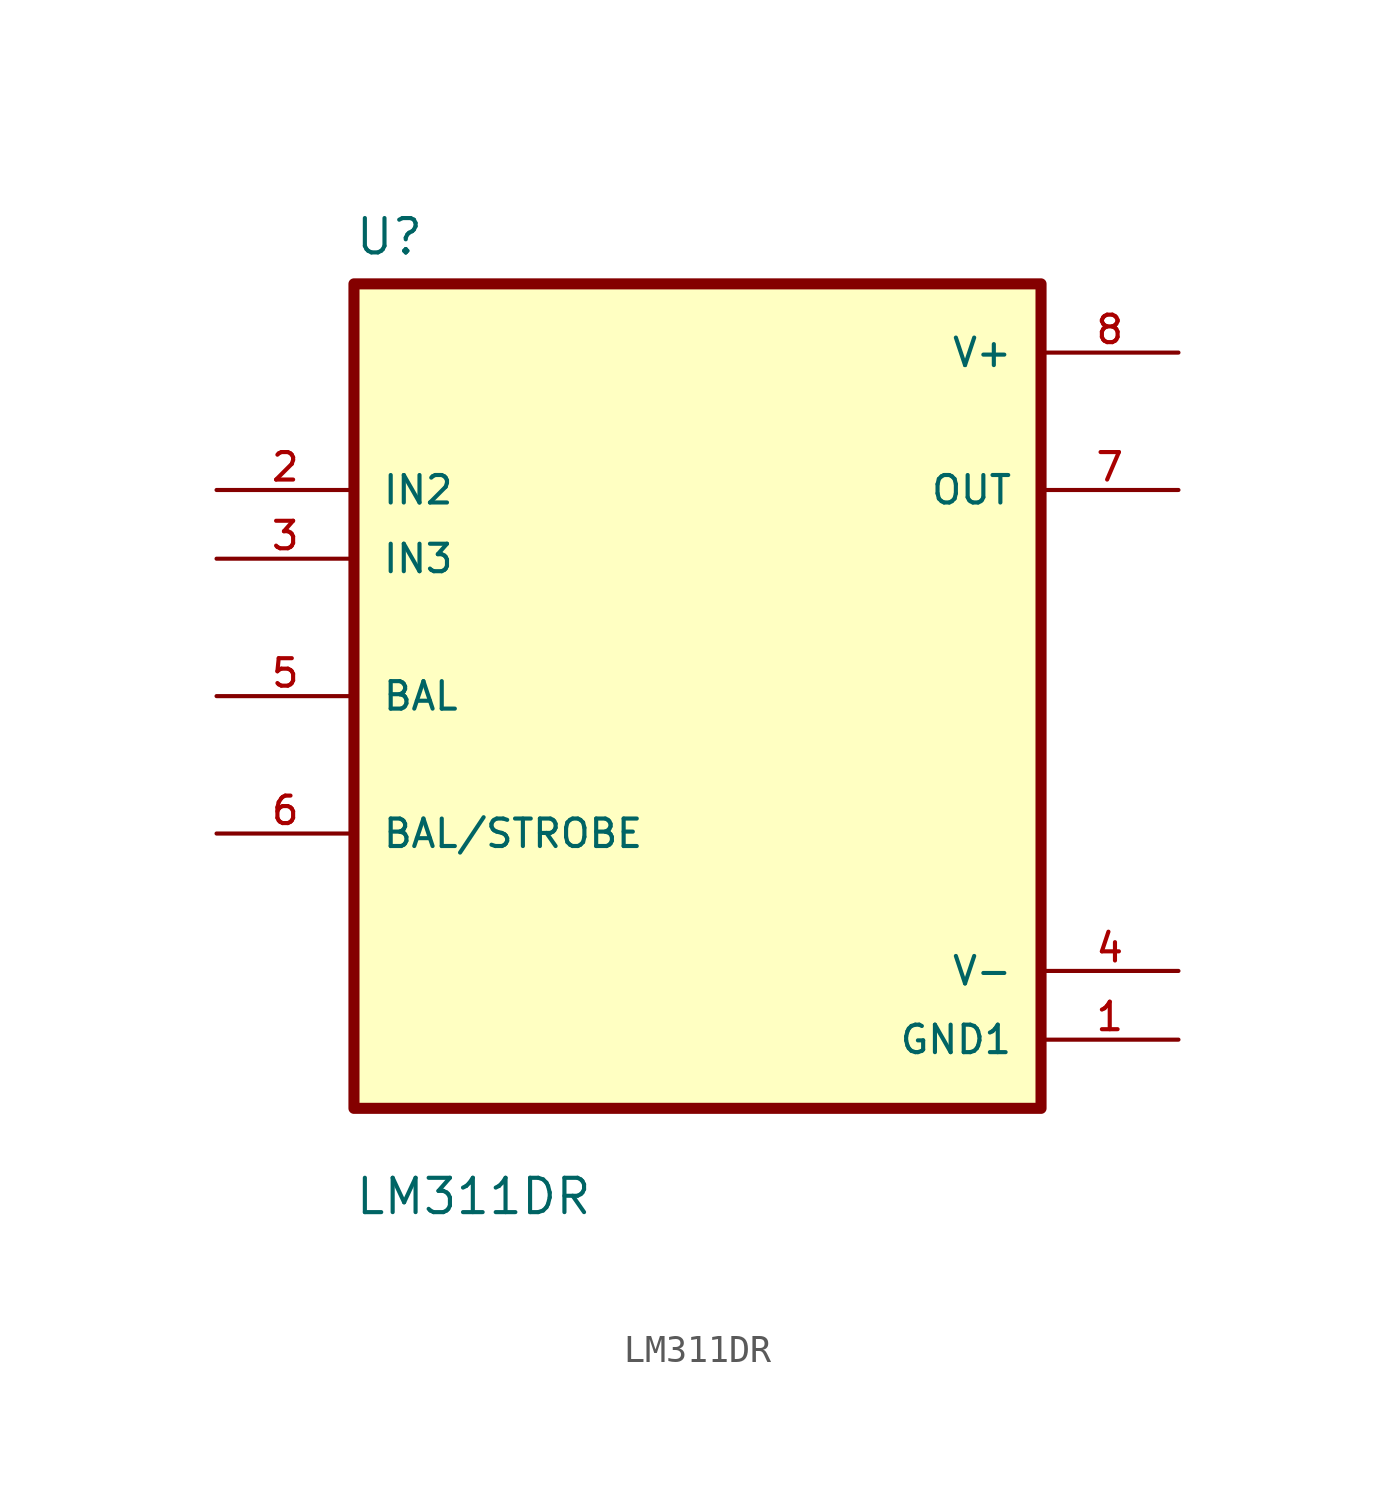
<source format=kicad_sym>
(kicad_symbol_lib
  (version 20211014)
  (generator kicad_symbol_editor)
  (symbol "LM311DR"
    (pin_names
      (offset 1.016))
    (property "Reference" "U"
      (at -12.7 16.24 0.0)
      (effects (font (size 1.27 1.27)) (justify bottom left)))
    (property "Value" "LM311DR"
      (at -12.7 -19.24 0.0)
      (effects (font (size 1.27 1.27)) (justify bottom left)))
    (symbol "LM311DR_0_0"
      (rectangle (start -12.7 -15.24) (end 12.7 15.24) (stroke (width 0.41)) (fill (type background)))
      (pin input line (at -17.78 7.62 0) (length 5.08) (name "IN2" (effects (font (size 1.016 1.016)))) (number "2" (effects (font (size 1.016 1.016)))))
      (pin input line (at -17.78 5.08 0) (length 5.08) (name "IN3" (effects (font (size 1.016 1.016)))) (number "3" (effects (font (size 1.016 1.016)))))
      (pin bidirectional line (at -17.78 0.0 0) (length 5.08) (name "BAL" (effects (font (size 1.016 1.016)))) (number "5" (effects (font (size 1.016 1.016)))))
      (pin bidirectional line (at -17.78 -5.08 0) (length 5.08) (name "BAL/STROBE" (effects (font (size 1.016 1.016)))) (number "6" (effects (font (size 1.016 1.016)))))
      (pin power_in line (at 17.78 12.7 180.0) (length 5.08) (name "V+" (effects (font (size 1.016 1.016)))) (number "8" (effects (font (size 1.016 1.016)))))
      (pin output line (at 17.78 7.62 180.0) (length 5.08) (name "OUT" (effects (font (size 1.016 1.016)))) (number "7" (effects (font (size 1.016 1.016)))))
      (pin power_in line (at 17.78 -10.16 180.0) (length 5.08) (name "V-" (effects (font (size 1.016 1.016)))) (number "4" (effects (font (size 1.016 1.016)))))
      (pin power_in line (at 17.78 -12.7 180.0) (length 5.08) (name "GND1" (effects (font (size 1.016 1.016)))) (number "1" (effects (font (size 1.016 1.016))))))))
</source>
